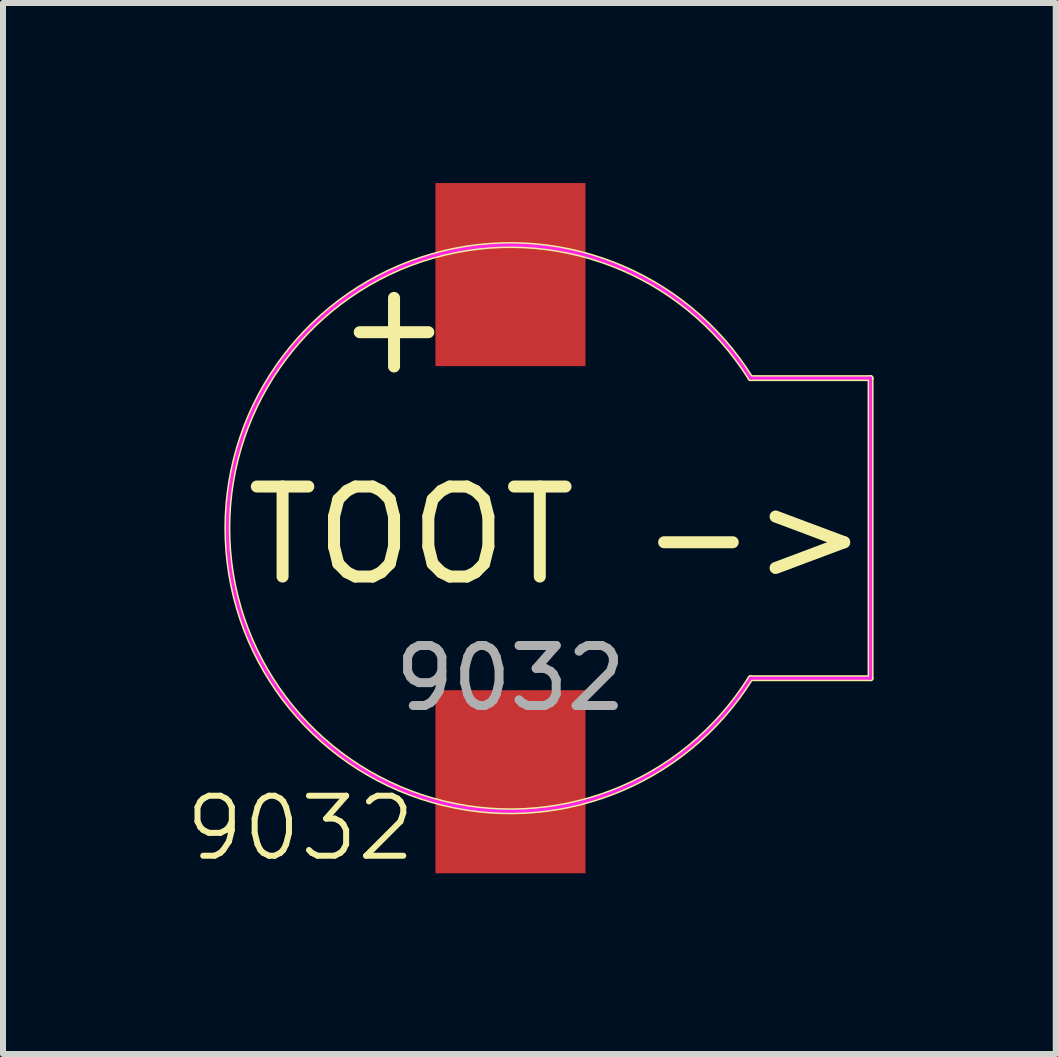
<source format=kicad_pcb>
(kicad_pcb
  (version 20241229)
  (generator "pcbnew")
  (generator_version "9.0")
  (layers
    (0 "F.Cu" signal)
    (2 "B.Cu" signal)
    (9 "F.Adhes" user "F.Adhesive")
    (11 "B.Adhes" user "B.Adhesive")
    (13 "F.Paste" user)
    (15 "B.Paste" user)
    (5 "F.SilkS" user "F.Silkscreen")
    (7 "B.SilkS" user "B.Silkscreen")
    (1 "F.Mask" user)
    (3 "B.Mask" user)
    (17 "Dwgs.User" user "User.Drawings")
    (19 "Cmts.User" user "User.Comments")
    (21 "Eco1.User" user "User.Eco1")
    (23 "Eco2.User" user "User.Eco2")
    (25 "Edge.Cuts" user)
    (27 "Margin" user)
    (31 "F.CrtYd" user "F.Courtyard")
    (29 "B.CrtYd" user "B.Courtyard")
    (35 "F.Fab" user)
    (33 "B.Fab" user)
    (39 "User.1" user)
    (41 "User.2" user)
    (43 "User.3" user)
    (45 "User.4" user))
  (footprint "9032"
    (layer "F.Cu")
    (at 5.455 5.75)
    (property "Reference" "9032" (at -3.5 5 0) (unlocked yes) (layer "F.SilkS") (effects (font (size 1 1) (thickness 0.1))))
    (attr smd)
    (fp_line (start 4 -2.5) (end 6 -2.5) (stroke (width 0.1) (type default)) (layer "F.SilkS"))
    (fp_line (start 6 -2.5) (end 6 2.5) (stroke (width 0.1) (type default)) (layer "F.SilkS"))
    (fp_line (start 6 2.5) (end 4 2.5) (stroke (width 0.1) (type default)) (layer "F.SilkS"))
    (fp_arc (start 4 2.5) (mid -4.716991 0) (end 4 -2.5) (stroke (width 0.1) (type default)) (layer "F.SilkS"))
    (fp_line (start 6 -2.5) (end 4 -2.5) (stroke (width 0.05) (type default)) (layer "F.CrtYd"))
    (fp_line (start 6 -2.5) (end 6 2.5) (stroke (width 0.05) (type default)) (layer "F.CrtYd"))
    (fp_line (start 6 2.5) (end 4 2.5) (stroke (width 0.05) (type default)) (layer "F.CrtYd"))
    (fp_arc (start 4 2.5) (mid -4.716991 0) (end 4 -2.5) (stroke (width 0.05) (type default)) (layer "F.CrtYd"))
    (fp_text user "TOOT ->" (at -4.5 1 0) (unlocked yes) (layer "F.SilkS") (effects (font (size 1.5 1.5) (thickness 0.2)) (justify left bottom)))
    (fp_text user "+" (at -3 -2.5 0) (unlocked yes) (layer "F.SilkS") (effects (font (size 1.5 1.5) (thickness 0.2)) (justify left bottom)))
    (fp_text user "${REFERENCE}" (at 0 2.5 0) (unlocked yes) (layer "F.Fab") (effects (font (size 1 1) (thickness 0.15))))
    (pad "1" smd rect (at 0 -4.225) (size 2.5 3.05) (layers "F.Cu" "F.Mask" "F.Paste"))
    (pad "2" smd rect (at 0 4.225) (size 2.5 3.05) (layers "F.Cu" "F.Mask" "F.Paste")))
  (gr_rect
    (start -3 -3)
    (end 14.54 14.511)
    (stroke (width 0.1) (type default))
    (fill no)
    (layer "Edge.Cuts")))
</source>
